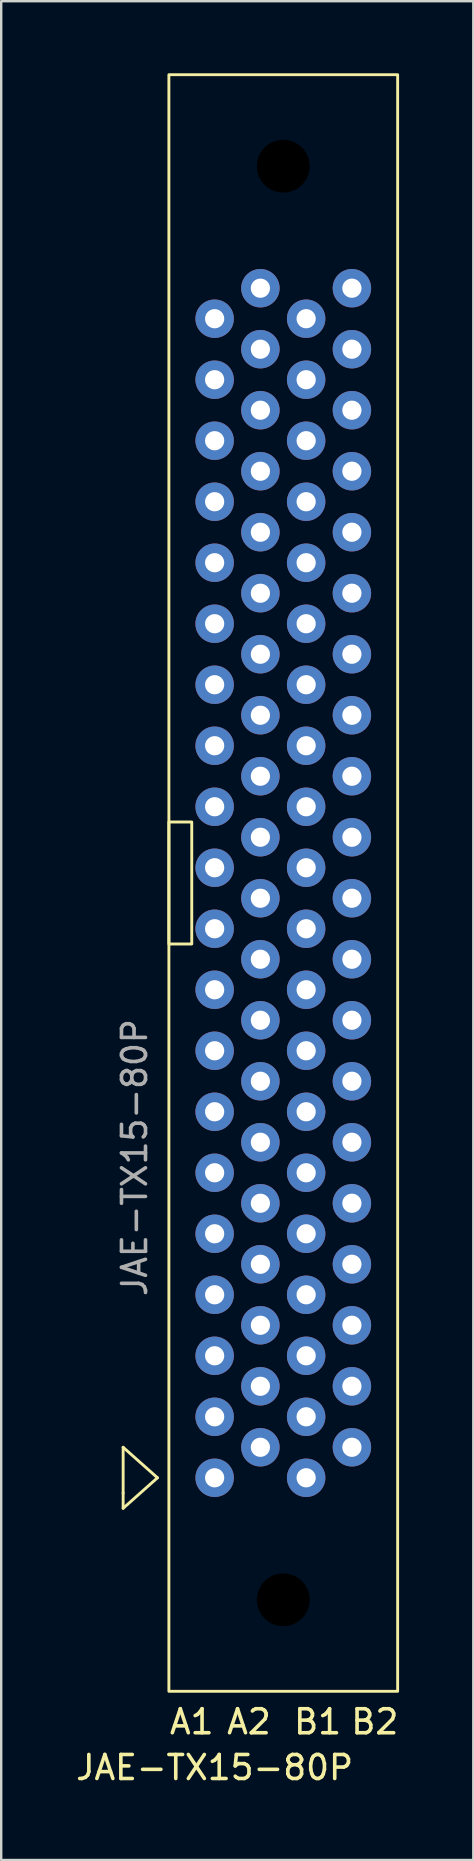
<source format=kicad_pcb>
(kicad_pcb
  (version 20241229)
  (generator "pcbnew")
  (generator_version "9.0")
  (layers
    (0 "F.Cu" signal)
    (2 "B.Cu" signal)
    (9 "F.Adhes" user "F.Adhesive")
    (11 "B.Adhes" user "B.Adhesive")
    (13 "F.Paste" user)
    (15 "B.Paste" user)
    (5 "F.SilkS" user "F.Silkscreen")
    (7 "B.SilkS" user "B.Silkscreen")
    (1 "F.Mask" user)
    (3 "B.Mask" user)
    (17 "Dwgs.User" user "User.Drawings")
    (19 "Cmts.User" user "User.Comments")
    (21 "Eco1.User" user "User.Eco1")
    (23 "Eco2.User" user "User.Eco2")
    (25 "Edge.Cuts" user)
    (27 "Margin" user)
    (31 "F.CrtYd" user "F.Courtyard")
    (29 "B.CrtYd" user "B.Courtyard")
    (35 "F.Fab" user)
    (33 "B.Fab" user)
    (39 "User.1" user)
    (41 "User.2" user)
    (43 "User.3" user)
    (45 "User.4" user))
  (footprint "JAE-TX15-80P"
    (layer "F.Cu")
    (at 5.887 58.48)
    (property "Reference" "JAE-TX15-80P" (at 0 12.065 0) (unlocked yes) (layer "F.SilkS") (effects (font (size 1 1) (thickness 0.15))))
    (attr through_hole)
    (fp_line (start -3.81 -1.27) (end -3.81 0.635) (stroke (width 0.12) (type solid)) (layer "F.SilkS"))
    (fp_line (start -3.81 0.635) (end -3.81 1.27) (stroke (width 0.12) (type solid)) (layer "F.SilkS"))
    (fp_line (start -3.81 1.27) (end -2.381 0) (stroke (width 0.12) (type solid)) (layer "F.SilkS"))
    (fp_line (start -2.381 0) (end -3.81 -1.27) (stroke (width 0.12) (type solid)) (layer "F.SilkS"))
    (fp_rect (start -1.905 -22.225) (end -0.953 -27.305) (stroke (width 0.12) (type solid)) (fill no) (layer "F.SilkS"))
    (fp_rect (start 7.62 8.89) (end -1.905 -58.42) (stroke (width 0.12) (type solid)) (fill no) (layer "F.SilkS"))
    (fp_text user "B2" (at 6.668 10.16 0) (unlocked yes) (layer "F.SilkS") (effects (font (size 1 1) (thickness 0.15))))
    (fp_text user "A2" (at 1.429 10.16 0) (unlocked yes) (layer "F.SilkS") (effects (font (size 1 1) (thickness 0.15))))
    (fp_text user "A1" (at -0.953 10.16 0) (unlocked yes) (layer "F.SilkS") (effects (font (size 1 1) (thickness 0.15))))
    (fp_text user "B1" (at 4.286 10.16 0) (unlocked yes) (layer "F.SilkS") (effects (font (size 1 1) (thickness 0.15))))
    (fp_text user "${REFERENCE}" (at -3.334 -13.335 90) (unlocked yes) (layer "F.Fab") (effects (font (size 1 1) (thickness 0.15))))
    (pad "" np_thru_hole circle (at 2.857 -54.61) (size 4.4 4.4) (drill 2.2) (layers "*.Mask"))
    (pad "" np_thru_hole circle (at 2.857 5.08) (size 4.4 4.4) (drill 2.2) (layers "*.Mask"))
    (pad "a1" thru_hole circle (at 0 0) (size 1.6 1.6) (drill 0.8) (layers "*.Cu" "*.Mask"))
    (pad "a2" thru_hole circle (at 1.905 -1.27) (size 1.6 1.6) (drill 0.8) (layers "*.Cu" "*.Mask"))
    (pad "a3" thru_hole circle (at 0 -2.54) (size 1.6 1.6) (drill 0.8) (layers "*.Cu" "*.Mask"))
    (pad "a4" thru_hole circle (at 1.905 -3.81) (size 1.6 1.6) (drill 0.8) (layers "*.Cu" "*.Mask"))
    (pad "a5" thru_hole circle (at 0 -5.08) (size 1.6 1.6) (drill 0.8) (layers "*.Cu" "*.Mask"))
    (pad "a6" thru_hole circle (at 1.905 -6.35) (size 1.6 1.6) (drill 0.8) (layers "*.Cu" "*.Mask"))
    (pad "a7" thru_hole circle (at 0 -7.62) (size 1.6 1.6) (drill 0.8) (layers "*.Cu" "*.Mask"))
    (pad "a8" thru_hole circle (at 1.905 -8.89) (size 1.6 1.6) (drill 0.8) (layers "*.Cu" "*.Mask"))
    (pad "a9" thru_hole circle (at 0 -10.16) (size 1.6 1.6) (drill 0.8) (layers "*.Cu" "*.Mask"))
    (pad "a10" thru_hole circle (at 1.905 -11.43) (size 1.6 1.6) (drill 0.8) (layers "*.Cu" "*.Mask"))
    (pad "a11" thru_hole circle (at 0 -12.7) (size 1.6 1.6) (drill 0.8) (layers "*.Cu" "*.Mask"))
    (pad "a12" thru_hole circle (at 1.905 -13.97) (size 1.6 1.6) (drill 0.8) (layers "*.Cu" "*.Mask"))
    (pad "a13" thru_hole circle (at 0 -15.24) (size 1.6 1.6) (drill 0.8) (layers "*.Cu" "*.Mask"))
    (pad "a14" thru_hole circle (at 1.905 -16.51) (size 1.6 1.6) (drill 0.8) (layers "*.Cu" "*.Mask"))
    (pad "a15" thru_hole circle (at 0 -17.78) (size 1.6 1.6) (drill 0.8) (layers "*.Cu" "*.Mask"))
    (pad "a16" thru_hole circle (at 1.905 -19.05) (size 1.6 1.6) (drill 0.8) (layers "*.Cu" "*.Mask"))
    (pad "a17" thru_hole circle (at 0 -20.32) (size 1.6 1.6) (drill 0.8) (layers "*.Cu" "*.Mask"))
    (pad "a18" thru_hole circle (at 1.905 -21.59) (size 1.6 1.6) (drill 0.8) (layers "*.Cu" "*.Mask"))
    (pad "a19" thru_hole circle (at 0 -22.86) (size 1.6 1.6) (drill 0.8) (layers "*.Cu" "*.Mask"))
    (pad "a20" thru_hole circle (at 1.905 -24.13) (size 1.6 1.6) (drill 0.8) (layers "*.Cu" "*.Mask"))
    (pad "a21" thru_hole circle (at 0 -25.4) (size 1.6 1.6) (drill 0.8) (layers "*.Cu" "*.Mask"))
    (pad "a22" thru_hole circle (at 1.905 -26.67) (size 1.6 1.6) (drill 0.8) (layers "*.Cu" "*.Mask"))
    (pad "a23" thru_hole circle (at 0 -27.94) (size 1.6 1.6) (drill 0.8) (layers "*.Cu" "*.Mask"))
    (pad "a24" thru_hole circle (at 1.905 -29.21) (size 1.6 1.6) (drill 0.8) (layers "*.Cu" "*.Mask"))
    (pad "a25" thru_hole circle (at 0 -30.48) (size 1.6 1.6) (drill 0.8) (layers "*.Cu" "*.Mask"))
    (pad "a26" thru_hole circle (at 1.905 -31.75) (size 1.6 1.6) (drill 0.8) (layers "*.Cu" "*.Mask"))
    (pad "a27" thru_hole circle (at 0 -33.02) (size 1.6 1.6) (drill 0.8) (layers "*.Cu" "*.Mask"))
    (pad "a28" thru_hole circle (at 1.905 -34.29) (size 1.6 1.6) (drill 0.8) (layers "*.Cu" "*.Mask"))
    (pad "a29" thru_hole circle (at 0 -35.56) (size 1.6 1.6) (drill 0.8) (layers "*.Cu" "*.Mask"))
    (pad "a30" thru_hole circle (at 1.905 -36.83) (size 1.6 1.6) (drill 0.8) (layers "*.Cu" "*.Mask"))
    (pad "a31" thru_hole circle (at 0 -38.1) (size 1.6 1.6) (drill 0.8) (layers "*.Cu" "*.Mask"))
    (pad "a32" thru_hole circle (at 1.905 -39.37) (size 1.6 1.6) (drill 0.8) (layers "*.Cu" "*.Mask"))
    (pad "a33" thru_hole circle (at 0 -40.64) (size 1.6 1.6) (drill 0.8) (layers "*.Cu" "*.Mask"))
    (pad "a34" thru_hole circle (at 1.905 -41.91) (size 1.6 1.6) (drill 0.8) (layers "*.Cu" "*.Mask"))
    (pad "a35" thru_hole circle (at 0 -43.18) (size 1.6 1.6) (drill 0.8) (layers "*.Cu" "*.Mask"))
    (pad "a36" thru_hole circle (at 1.905 -44.45) (size 1.6 1.6) (drill 0.8) (layers "*.Cu" "*.Mask"))
    (pad "a37" thru_hole circle (at 0 -45.72) (size 1.6 1.6) (drill 0.8) (layers "*.Cu" "*.Mask"))
    (pad "a38" thru_hole circle (at 1.905 -46.99) (size 1.6 1.6) (drill 0.8) (layers "*.Cu" "*.Mask"))
    (pad "a39" thru_hole circle (at 0 -48.26) (size 1.6 1.6) (drill 0.8) (layers "*.Cu" "*.Mask"))
    (pad "a40" thru_hole circle (at 1.905 -49.53) (size 1.6 1.6) (drill 0.8) (layers "*.Cu" "*.Mask"))
    (pad "b1" thru_hole circle (at 3.81 0) (size 1.6 1.6) (drill 0.8) (layers "*.Cu" "*.Mask"))
    (pad "b2" thru_hole circle (at 5.715 -1.27) (size 1.6 1.6) (drill 0.8) (layers "*.Cu" "*.Mask"))
    (pad "b3" thru_hole circle (at 3.81 -2.54) (size 1.6 1.6) (drill 0.8) (layers "*.Cu" "*.Mask"))
    (pad "b4" thru_hole circle (at 5.715 -3.81) (size 1.6 1.6) (drill 0.8) (layers "*.Cu" "*.Mask"))
    (pad "b5" thru_hole circle (at 3.81 -5.08) (size 1.6 1.6) (drill 0.8) (layers "*.Cu" "*.Mask"))
    (pad "b6" thru_hole circle (at 5.715 -6.35) (size 1.6 1.6) (drill 0.8) (layers "*.Cu" "*.Mask"))
    (pad "b7" thru_hole circle (at 3.81 -7.62) (size 1.6 1.6) (drill 0.8) (layers "*.Cu" "*.Mask"))
    (pad "b8" thru_hole circle (at 5.715 -8.89) (size 1.6 1.6) (drill 0.8) (layers "*.Cu" "*.Mask"))
    (pad "b9" thru_hole circle (at 3.81 -10.16) (size 1.6 1.6) (drill 0.8) (layers "*.Cu" "*.Mask"))
    (pad "b10" thru_hole circle (at 5.715 -11.43) (size 1.6 1.6) (drill 0.8) (layers "*.Cu" "*.Mask"))
    (pad "b11" thru_hole circle (at 3.81 -12.7) (size 1.6 1.6) (drill 0.8) (layers "*.Cu" "*.Mask"))
    (pad "b12" thru_hole circle (at 5.715 -13.97) (size 1.6 1.6) (drill 0.8) (layers "*.Cu" "*.Mask"))
    (pad "b13" thru_hole circle (at 3.81 -15.24) (size 1.6 1.6) (drill 0.8) (layers "*.Cu" "*.Mask"))
    (pad "b14" thru_hole circle (at 5.715 -16.51) (size 1.6 1.6) (drill 0.8) (layers "*.Cu" "*.Mask"))
    (pad "b15" thru_hole circle (at 3.81 -17.78) (size 1.6 1.6) (drill 0.8) (layers "*.Cu" "*.Mask"))
    (pad "b16" thru_hole circle (at 5.715 -19.05) (size 1.6 1.6) (drill 0.8) (layers "*.Cu" "*.Mask"))
    (pad "b17" thru_hole circle (at 3.81 -20.32) (size 1.6 1.6) (drill 0.8) (layers "*.Cu" "*.Mask"))
    (pad "b18" thru_hole circle (at 5.715 -21.59) (size 1.6 1.6) (drill 0.8) (layers "*.Cu" "*.Mask"))
    (pad "b19" thru_hole circle (at 3.81 -22.86) (size 1.6 1.6) (drill 0.8) (layers "*.Cu" "*.Mask"))
    (pad "b20" thru_hole circle (at 5.715 -24.13) (size 1.6 1.6) (drill 0.8) (layers "*.Cu" "*.Mask"))
    (pad "b21" thru_hole circle (at 3.81 -25.4) (size 1.6 1.6) (drill 0.8) (layers "*.Cu" "*.Mask"))
    (pad "b22" thru_hole circle (at 5.715 -26.67) (size 1.6 1.6) (drill 0.8) (layers "*.Cu" "*.Mask"))
    (pad "b23" thru_hole circle (at 3.81 -27.94) (size 1.6 1.6) (drill 0.8) (layers "*.Cu" "*.Mask"))
    (pad "b24" thru_hole circle (at 5.715 -29.21) (size 1.6 1.6) (drill 0.8) (layers "*.Cu" "*.Mask"))
    (pad "b25" thru_hole circle (at 3.81 -30.48) (size 1.6 1.6) (drill 0.8) (layers "*.Cu" "*.Mask"))
    (pad "b26" thru_hole circle (at 5.715 -31.75) (size 1.6 1.6) (drill 0.8) (layers "*.Cu" "*.Mask"))
    (pad "b27" thru_hole circle (at 3.81 -33.02) (size 1.6 1.6) (drill 0.8) (layers "*.Cu" "*.Mask"))
    (pad "b28" thru_hole circle (at 5.715 -34.29) (size 1.6 1.6) (drill 0.8) (layers "*.Cu" "*.Mask"))
    (pad "b29" thru_hole circle (at 3.81 -35.56) (size 1.6 1.6) (drill 0.8) (layers "*.Cu" "*.Mask"))
    (pad "b30" thru_hole circle (at 5.715 -36.83) (size 1.6 1.6) (drill 0.8) (layers "*.Cu" "*.Mask"))
    (pad "b31" thru_hole circle (at 3.81 -38.1) (size 1.6 1.6) (drill 0.8) (layers "*.Cu" "*.Mask"))
    (pad "b32" thru_hole circle (at 5.715 -39.37) (size 1.6 1.6) (drill 0.8) (layers "*.Cu" "*.Mask"))
    (pad "b33" thru_hole circle (at 3.81 -40.64) (size 1.6 1.6) (drill 0.8) (layers "*.Cu" "*.Mask"))
    (pad "b34" thru_hole circle (at 5.715 -41.91) (size 1.6 1.6) (drill 0.8) (layers "*.Cu" "*.Mask"))
    (pad "b35" thru_hole circle (at 3.81 -43.18) (size 1.6 1.6) (drill 0.8) (layers "*.Cu" "*.Mask"))
    (pad "b36" thru_hole circle (at 5.715 -44.45) (size 1.6 1.6) (drill 0.8) (layers "*.Cu" "*.Mask"))
    (pad "b37" thru_hole circle (at 3.81 -45.72) (size 1.6 1.6) (drill 0.8) (layers "*.Cu" "*.Mask"))
    (pad "b38" thru_hole circle (at 5.715 -46.99) (size 1.6 1.6) (drill 0.8) (layers "*.Cu" "*.Mask"))
    (pad "b39" thru_hole circle (at 3.81 -48.26) (size 1.6 1.6) (drill 0.8) (layers "*.Cu" "*.Mask"))
    (pad "b40" thru_hole circle (at 5.715 -49.53) (size 1.6 1.6) (drill 0.8) (layers "*.Cu" "*.Mask")))
  (gr_rect
    (start -3 -3)
    (end 16.656 74.393)
    (stroke (width 0.1) (type default))
    (fill no)
    (layer "Edge.Cuts")))
</source>
